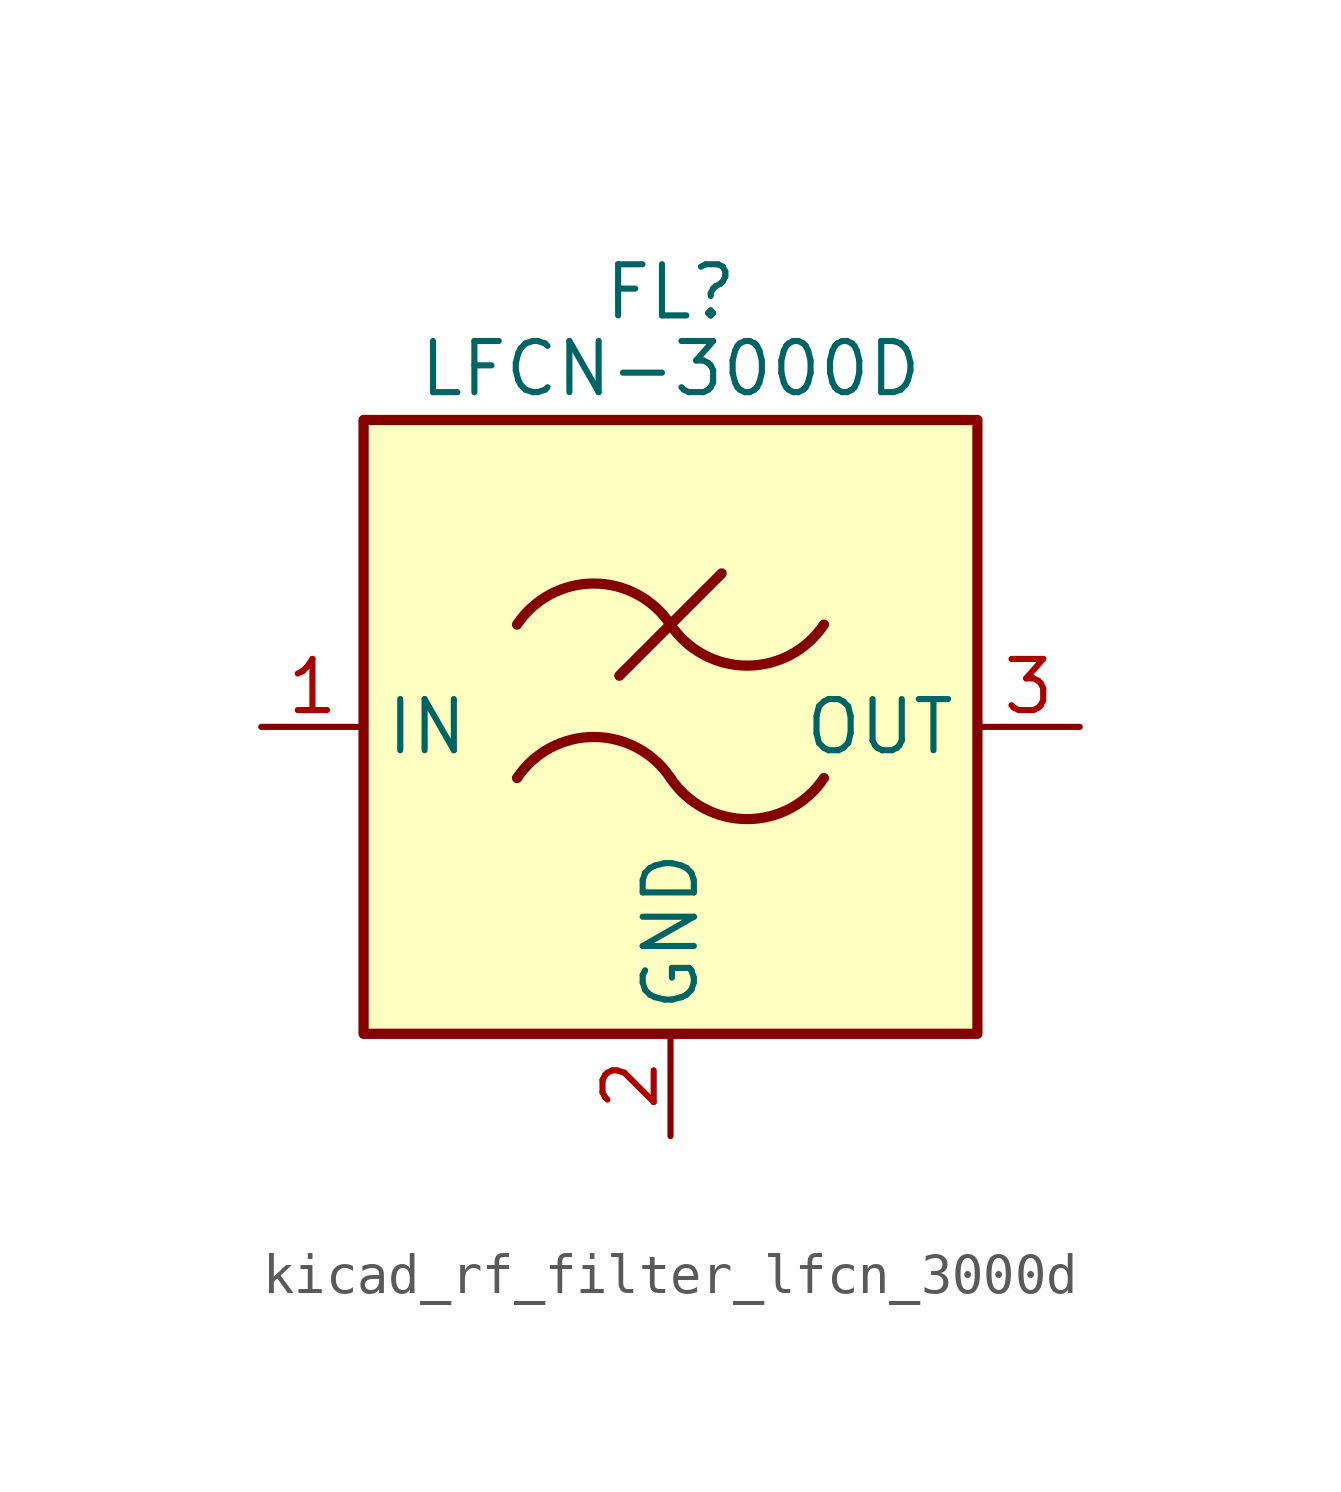
<source format=kicad_sym>
(kicad_symbol_lib
  (version 20220914)
  (generator kicad_symbol_editor)
  (symbol "kicad_rf_filter_lfcn_3000d"
    (property "Reference" "FL"
      (at 0 10.795 0)
      (effects (font (size 1.27 1.27))))
    (property "Value" "LFCN-3000D"
      (at 0 8.89 0)
      (effects (font (size 1.27 1.27))))
    (symbol "kicad_rf_filter_lfcn_3000d_0_1"
      (rectangle (start -7.62 7.62) (end 7.62 -7.62) (stroke (width 0.254) (type default)) (fill (type background)))
      (arc (start 0 -1.27) (mid -1.905 -0.2505) (end -3.81 -1.27) (stroke (width 0.254) (type default)) (fill (type none)))
      (arc (start 0 -1.27) (mid 1.905 -2.2895) (end 3.81 -1.27) (stroke (width 0.254) (type default)) (fill (type none)))
      (polyline (pts (xy -1.27 1.27) (xy 1.27 3.81)) (stroke (width 0.254) (type default)) (fill (type none)))
      (arc (start 0 2.54) (mid -1.905 3.5595) (end -3.81 2.54) (stroke (width 0.254) (type default)) (fill (type none)))
      (arc (start 0 2.54) (mid 1.905 1.5205) (end 3.81 2.54) (stroke (width 0.254) (type default)) (fill (type none))))
    (symbol "kicad_rf_filter_lfcn_3000d_1_1"
      (pin passive line (at -10.16 0 0) (length 2.54) (name "IN" (effects (font (size 1.27 1.27)))) (number "1" (effects (font (size 1.27 1.27)))))
      (pin passive line (at 0 -10.16 90) (length 2.54) (name "GND" (effects (font (size 1.27 1.27)))) (number "2" (effects (font (size 1.27 1.27)))))
      (pin passive line (at 10.16 0 180) (length 2.54) (name "OUT" (effects (font (size 1.27 1.27)))) (number "3" (effects (font (size 1.27 1.27)))))
      (pin passive line (at 0 -10.16 90) (length 2.54) hide (name "GND" (effects (font (size 1.27 1.27)))) (number "4" (effects (font (size 1.27 1.27))))))))
</source>
